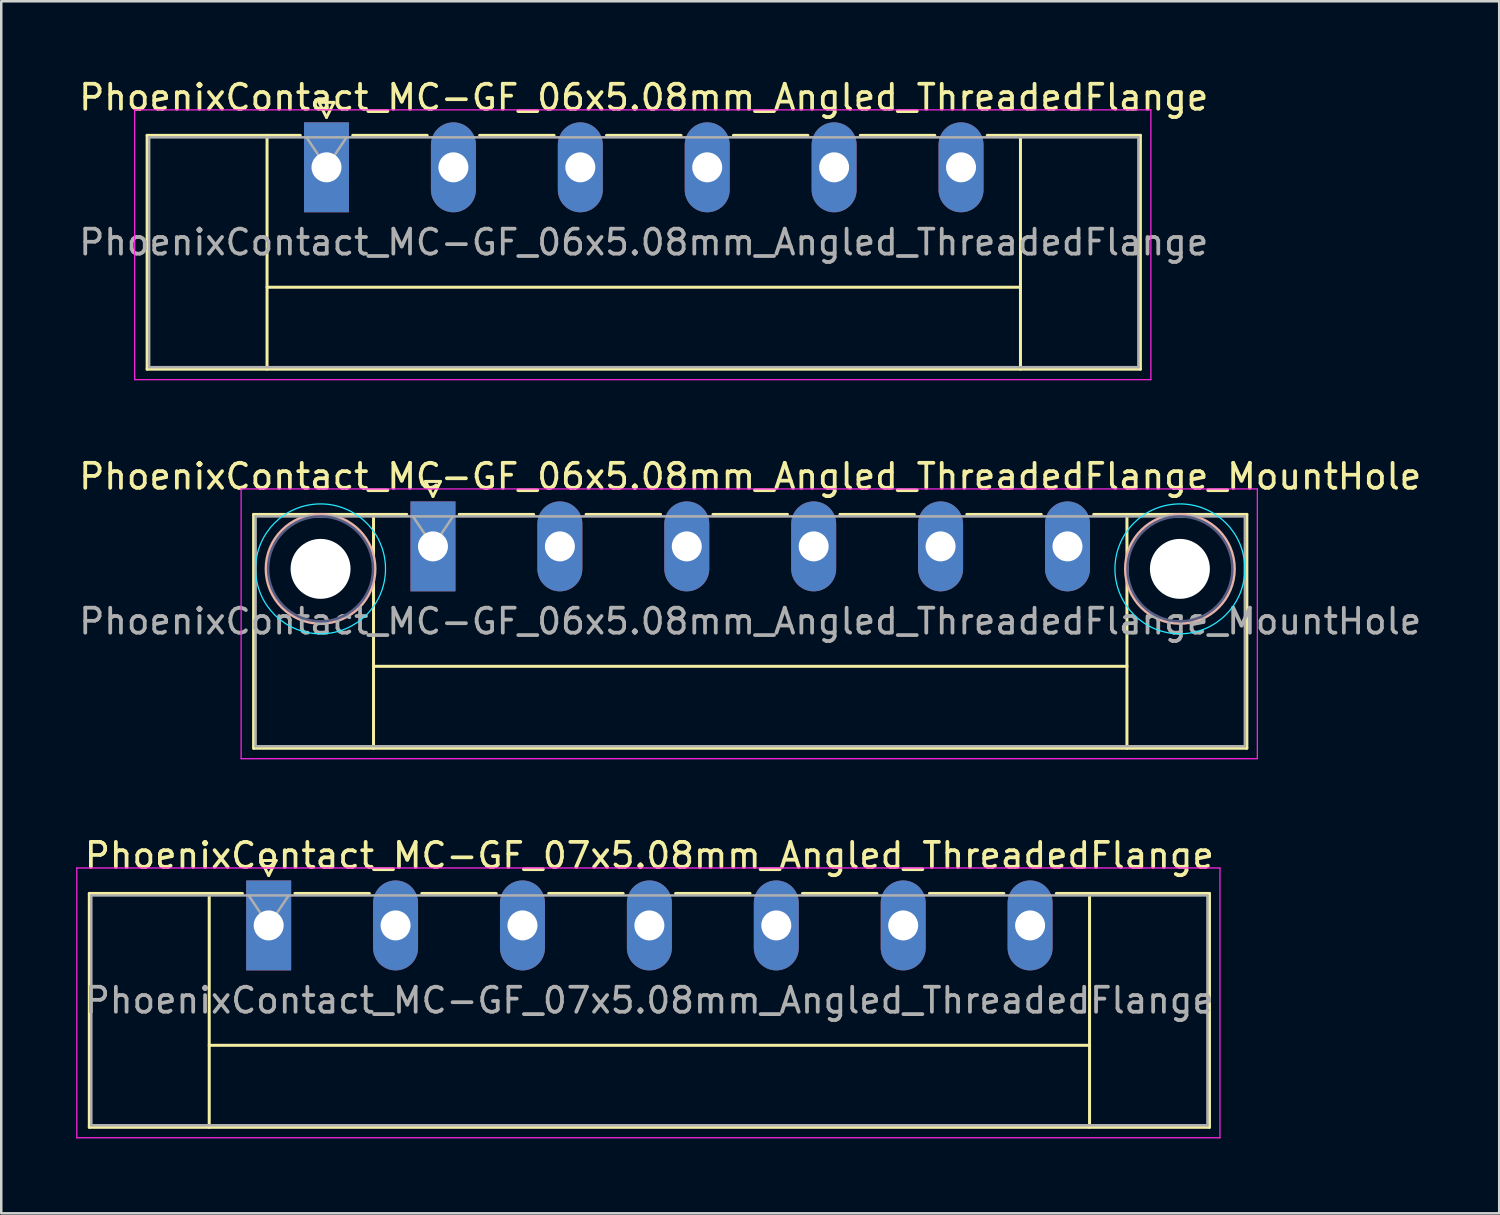
<source format=kicad_pcb>
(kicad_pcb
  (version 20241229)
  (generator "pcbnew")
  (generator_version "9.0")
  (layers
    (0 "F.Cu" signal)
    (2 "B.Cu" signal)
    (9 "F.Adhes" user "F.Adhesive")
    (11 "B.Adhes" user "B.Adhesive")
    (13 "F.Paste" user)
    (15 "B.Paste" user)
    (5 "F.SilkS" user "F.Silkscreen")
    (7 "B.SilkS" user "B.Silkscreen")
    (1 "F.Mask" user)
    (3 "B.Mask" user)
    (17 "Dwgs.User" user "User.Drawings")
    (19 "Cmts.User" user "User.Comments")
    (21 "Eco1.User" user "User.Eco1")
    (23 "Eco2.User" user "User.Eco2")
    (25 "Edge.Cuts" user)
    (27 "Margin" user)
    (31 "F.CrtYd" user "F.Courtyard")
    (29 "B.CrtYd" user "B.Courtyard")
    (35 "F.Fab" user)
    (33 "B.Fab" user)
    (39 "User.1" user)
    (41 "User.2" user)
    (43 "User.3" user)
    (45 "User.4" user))
  (footprint "PhoenixContact_MC-GF_06x5.08mm_Angled_ThreadedFlange"
    (layer "F.Cu")
    (at 10.02 3.648)
    (property "Reference" "PhoenixContact_MC-GF_06x5.08mm_Angled_ThreadedFlange" (at 12.7 -2.8 0) (layer "F.SilkS") (effects (font (size 1 1) (thickness 0.15))))
    (attr through_hole)
    (fp_line (start -7.18 -1.28) (end -7.18 8.08) (stroke (width 0.12) (type solid)) (layer "F.SilkS"))
    (fp_line (start -7.18 -1.28) (end -1.05 -1.28) (stroke (width 0.12) (type solid)) (layer "F.SilkS"))
    (fp_line (start -7.18 8.08) (end 32.58 8.08) (stroke (width 0.12) (type solid)) (layer "F.SilkS"))
    (fp_line (start -2.38 -1.28) (end -2.38 8.08) (stroke (width 0.12) (type solid)) (layer "F.SilkS"))
    (fp_line (start -2.38 4.8) (end 27.78 4.8) (stroke (width 0.12) (type solid)) (layer "F.SilkS"))
    (fp_line (start -0.3 -2.6) (end 0.3 -2.6) (stroke (width 0.12) (type solid)) (layer "F.SilkS"))
    (fp_line (start 0 -2) (end -0.3 -2.6) (stroke (width 0.12) (type solid)) (layer "F.SilkS"))
    (fp_line (start 0.3 -2.6) (end 0 -2) (stroke (width 0.12) (type solid)) (layer "F.SilkS"))
    (fp_line (start 1.05 -1.28) (end 4.03 -1.28) (stroke (width 0.12) (type solid)) (layer "F.SilkS"))
    (fp_line (start 6.13 -1.28) (end 9.11 -1.28) (stroke (width 0.12) (type solid)) (layer "F.SilkS"))
    (fp_line (start 11.21 -1.28) (end 14.19 -1.28) (stroke (width 0.12) (type solid)) (layer "F.SilkS"))
    (fp_line (start 16.29 -1.28) (end 19.27 -1.28) (stroke (width 0.12) (type solid)) (layer "F.SilkS"))
    (fp_line (start 21.37 -1.28) (end 24.35 -1.28) (stroke (width 0.12) (type solid)) (layer "F.SilkS"))
    (fp_line (start 27.78 -1.28) (end 27.78 8.08) (stroke (width 0.12) (type solid)) (layer "F.SilkS"))
    (fp_line (start 32.58 -1.28) (end 26.45 -1.28) (stroke (width 0.12) (type solid)) (layer "F.SilkS"))
    (fp_line (start 32.58 8.08) (end 32.58 -1.28) (stroke (width 0.12) (type solid)) (layer "F.SilkS"))
    (fp_line (start -7.68 -2.3) (end -7.68 8.5) (stroke (width 0.05) (type solid)) (layer "F.CrtYd"))
    (fp_line (start -7.68 8.5) (end 33 8.5) (stroke (width 0.05) (type solid)) (layer "F.CrtYd"))
    (fp_line (start 33 -2.3) (end -7.68 -2.3) (stroke (width 0.05) (type solid)) (layer "F.CrtYd"))
    (fp_line (start 33 8.5) (end 33 -2.3) (stroke (width 0.05) (type solid)) (layer "F.CrtYd"))
    (fp_line (start -7.1 -1.2) (end -7.1 8) (stroke (width 0.1) (type solid)) (layer "F.Fab"))
    (fp_line (start -7.1 8) (end 32.5 8) (stroke (width 0.1) (type solid)) (layer "F.Fab"))
    (fp_line (start 0 0) (end -0.8 -1.2) (stroke (width 0.1) (type solid)) (layer "F.Fab"))
    (fp_line (start 0.8 -1.2) (end 0 0) (stroke (width 0.1) (type solid)) (layer "F.Fab"))
    (fp_line (start 32.5 -1.2) (end -7.1 -1.2) (stroke (width 0.1) (type solid)) (layer "F.Fab"))
    (fp_line (start 32.5 8) (end 32.5 -1.2) (stroke (width 0.1) (type solid)) (layer "F.Fab"))
    (fp_text user "${REFERENCE}" (at 12.7 3 0) (layer "F.Fab") (effects (font (size 1 1) (thickness 0.15))))
    (pad "1" thru_hole rect (at 0 0) (size 1.8 3.6) (drill 1.2) (layers "*.Cu" "*.Mask"))
    (pad "2" thru_hole oval (at 5.08 0) (size 1.8 3.6) (drill 1.2) (layers "*.Cu" "*.Mask"))
    (pad "3" thru_hole oval (at 10.16 0) (size 1.8 3.6) (drill 1.2) (layers "*.Cu" "*.Mask"))
    (pad "4" thru_hole oval (at 15.24 0) (size 1.8 3.6) (drill 1.2) (layers "*.Cu" "*.Mask"))
    (pad "5" thru_hole oval (at 20.32 0) (size 1.8 3.6) (drill 1.2) (layers "*.Cu" "*.Mask"))
    (pad "6" thru_hole oval (at 25.4 0) (size 1.8 3.6) (drill 1.2) (layers "*.Cu" "*.Mask")))
  (footprint "PhoenixContact_MC-GF_07x5.08mm_Angled_ThreadedFlange"
    (layer "F.Cu")
    (at 7.705 33.995)
    (property "Reference" "PhoenixContact_MC-GF_07x5.08mm_Angled_ThreadedFlange" (at 15.24 -2.8 0) (layer "F.SilkS") (effects (font (size 1 1) (thickness 0.15))))
    (attr through_hole)
    (fp_line (start -7.18 -1.28) (end -7.18 8.08) (stroke (width 0.12) (type solid)) (layer "F.SilkS"))
    (fp_line (start -7.18 -1.28) (end -1.05 -1.28) (stroke (width 0.12) (type solid)) (layer "F.SilkS"))
    (fp_line (start -7.18 8.08) (end 37.66 8.08) (stroke (width 0.12) (type solid)) (layer "F.SilkS"))
    (fp_line (start -2.38 -1.28) (end -2.38 8.08) (stroke (width 0.12) (type solid)) (layer "F.SilkS"))
    (fp_line (start -2.38 4.8) (end 32.86 4.8) (stroke (width 0.12) (type solid)) (layer "F.SilkS"))
    (fp_line (start -0.3 -2.6) (end 0.3 -2.6) (stroke (width 0.12) (type solid)) (layer "F.SilkS"))
    (fp_line (start 0 -2) (end -0.3 -2.6) (stroke (width 0.12) (type solid)) (layer "F.SilkS"))
    (fp_line (start 0.3 -2.6) (end 0 -2) (stroke (width 0.12) (type solid)) (layer "F.SilkS"))
    (fp_line (start 1.05 -1.28) (end 4.03 -1.28) (stroke (width 0.12) (type solid)) (layer "F.SilkS"))
    (fp_line (start 6.13 -1.28) (end 9.11 -1.28) (stroke (width 0.12) (type solid)) (layer "F.SilkS"))
    (fp_line (start 11.21 -1.28) (end 14.19 -1.28) (stroke (width 0.12) (type solid)) (layer "F.SilkS"))
    (fp_line (start 16.29 -1.28) (end 19.27 -1.28) (stroke (width 0.12) (type solid)) (layer "F.SilkS"))
    (fp_line (start 21.37 -1.28) (end 24.35 -1.28) (stroke (width 0.12) (type solid)) (layer "F.SilkS"))
    (fp_line (start 26.45 -1.28) (end 29.43 -1.28) (stroke (width 0.12) (type solid)) (layer "F.SilkS"))
    (fp_line (start 32.86 -1.28) (end 32.86 8.08) (stroke (width 0.12) (type solid)) (layer "F.SilkS"))
    (fp_line (start 37.66 -1.28) (end 31.53 -1.28) (stroke (width 0.12) (type solid)) (layer "F.SilkS"))
    (fp_line (start 37.66 8.08) (end 37.66 -1.28) (stroke (width 0.12) (type solid)) (layer "F.SilkS"))
    (fp_line (start -7.68 -2.3) (end -7.68 8.5) (stroke (width 0.05) (type solid)) (layer "F.CrtYd"))
    (fp_line (start -7.68 8.5) (end 38.08 8.5) (stroke (width 0.05) (type solid)) (layer "F.CrtYd"))
    (fp_line (start 38.08 -2.3) (end -7.68 -2.3) (stroke (width 0.05) (type solid)) (layer "F.CrtYd"))
    (fp_line (start 38.08 8.5) (end 38.08 -2.3) (stroke (width 0.05) (type solid)) (layer "F.CrtYd"))
    (fp_line (start -7.1 -1.2) (end -7.1 8) (stroke (width 0.1) (type solid)) (layer "F.Fab"))
    (fp_line (start -7.1 8) (end 37.58 8) (stroke (width 0.1) (type solid)) (layer "F.Fab"))
    (fp_line (start 0 0) (end -0.8 -1.2) (stroke (width 0.1) (type solid)) (layer "F.Fab"))
    (fp_line (start 0.8 -1.2) (end 0 0) (stroke (width 0.1) (type solid)) (layer "F.Fab"))
    (fp_line (start 37.58 -1.2) (end -7.1 -1.2) (stroke (width 0.1) (type solid)) (layer "F.Fab"))
    (fp_line (start 37.58 8) (end 37.58 -1.2) (stroke (width 0.1) (type solid)) (layer "F.Fab"))
    (fp_text user "${REFERENCE}" (at 15.24 3 0) (layer "F.Fab") (effects (font (size 1 1) (thickness 0.15))))
    (pad "1" thru_hole rect (at 0 0) (size 1.8 3.6) (drill 1.2) (layers "*.Cu" "*.Mask"))
    (pad "2" thru_hole oval (at 5.08 0) (size 1.8 3.6) (drill 1.2) (layers "*.Cu" "*.Mask"))
    (pad "3" thru_hole oval (at 10.16 0) (size 1.8 3.6) (drill 1.2) (layers "*.Cu" "*.Mask"))
    (pad "4" thru_hole oval (at 15.24 0) (size 1.8 3.6) (drill 1.2) (layers "*.Cu" "*.Mask"))
    (pad "5" thru_hole oval (at 20.32 0) (size 1.8 3.6) (drill 1.2) (layers "*.Cu" "*.Mask"))
    (pad "6" thru_hole oval (at 25.4 0) (size 1.8 3.6) (drill 1.2) (layers "*.Cu" "*.Mask"))
    (pad "7" thru_hole oval (at 30.48 0) (size 1.8 3.6) (drill 1.2) (layers "*.Cu" "*.Mask")))
  (footprint "PhoenixContact_MC-GF_06x5.08mm_Angled_ThreadedFlange_MountHole"
    (layer "F.Cu")
    (at 14.282 18.822)
    (property "Reference" "PhoenixContact_MC-GF_06x5.08mm_Angled_ThreadedFlange_MountHole" (at 12.7 -2.8 0) (layer "F.SilkS") (effects (font (size 1 1) (thickness 0.15))))
    (attr through_hole)
    (fp_line (start -7.18 -1.28) (end -7.18 8.08) (stroke (width 0.12) (type solid)) (layer "F.SilkS"))
    (fp_line (start -7.18 -1.28) (end -1.05 -1.28) (stroke (width 0.12) (type solid)) (layer "F.SilkS"))
    (fp_line (start -7.18 8.08) (end 32.58 8.08) (stroke (width 0.12) (type solid)) (layer "F.SilkS"))
    (fp_line (start -2.38 -1.28) (end -2.38 8.08) (stroke (width 0.12) (type solid)) (layer "F.SilkS"))
    (fp_line (start -2.38 4.8) (end 27.78 4.8) (stroke (width 0.12) (type solid)) (layer "F.SilkS"))
    (fp_line (start -0.3 -2.6) (end 0.3 -2.6) (stroke (width 0.12) (type solid)) (layer "F.SilkS"))
    (fp_line (start 0 -2) (end -0.3 -2.6) (stroke (width 0.12) (type solid)) (layer "F.SilkS"))
    (fp_line (start 0.3 -2.6) (end 0 -2) (stroke (width 0.12) (type solid)) (layer "F.SilkS"))
    (fp_line (start 1.05 -1.28) (end 4.03 -1.28) (stroke (width 0.12) (type solid)) (layer "F.SilkS"))
    (fp_line (start 6.13 -1.28) (end 9.11 -1.28) (stroke (width 0.12) (type solid)) (layer "F.SilkS"))
    (fp_line (start 11.21 -1.28) (end 14.19 -1.28) (stroke (width 0.12) (type solid)) (layer "F.SilkS"))
    (fp_line (start 16.29 -1.28) (end 19.27 -1.28) (stroke (width 0.12) (type solid)) (layer "F.SilkS"))
    (fp_line (start 21.37 -1.28) (end 24.35 -1.28) (stroke (width 0.12) (type solid)) (layer "F.SilkS"))
    (fp_line (start 27.78 -1.28) (end 27.78 8.08) (stroke (width 0.12) (type solid)) (layer "F.SilkS"))
    (fp_line (start 32.58 -1.28) (end 26.45 -1.28) (stroke (width 0.12) (type solid)) (layer "F.SilkS"))
    (fp_line (start 32.58 8.08) (end 32.58 -1.28) (stroke (width 0.12) (type solid)) (layer "F.SilkS"))
    (fp_circle (center -4.5 0.9) (end -2.32 0.9) (stroke (width 0.12) (type solid)) (fill no) (layer "B.SilkS"))
    (fp_circle (center 29.9 0.9) (end 32.08 0.9) (stroke (width 0.12) (type solid)) (fill no) (layer "B.SilkS"))
    (fp_circle (center -4.5 0.9) (end -1.9 0.9) (stroke (width 0.05) (type solid)) (fill no) (layer "B.CrtYd"))
    (fp_circle (center 29.9 0.9) (end 32.5 0.9) (stroke (width 0.05) (type solid)) (fill no) (layer "B.CrtYd"))
    (fp_line (start -7.68 -2.3) (end -7.68 8.5) (stroke (width 0.05) (type solid)) (layer "F.CrtYd"))
    (fp_line (start -7.68 8.5) (end 33 8.5) (stroke (width 0.05) (type solid)) (layer "F.CrtYd"))
    (fp_line (start 33 -2.3) (end -7.68 -2.3) (stroke (width 0.05) (type solid)) (layer "F.CrtYd"))
    (fp_line (start 33 8.5) (end 33 -2.3) (stroke (width 0.05) (type solid)) (layer "F.CrtYd"))
    (fp_circle (center -4.5 0.9) (end -2.4 0.9) (stroke (width 0.1) (type solid)) (fill no) (layer "B.Fab"))
    (fp_circle (center 29.9 0.9) (end 32 0.9) (stroke (width 0.1) (type solid)) (fill no) (layer "B.Fab"))
    (fp_line (start -7.1 -1.2) (end -7.1 8) (stroke (width 0.1) (type solid)) (layer "F.Fab"))
    (fp_line (start -7.1 8) (end 32.5 8) (stroke (width 0.1) (type solid)) (layer "F.Fab"))
    (fp_line (start 0 0) (end -0.8 -1.2) (stroke (width 0.1) (type solid)) (layer "F.Fab"))
    (fp_line (start 0.8 -1.2) (end 0 0) (stroke (width 0.1) (type solid)) (layer "F.Fab"))
    (fp_line (start 32.5 -1.2) (end -7.1 -1.2) (stroke (width 0.1) (type solid)) (layer "F.Fab"))
    (fp_line (start 32.5 8) (end 32.5 -1.2) (stroke (width 0.1) (type solid)) (layer "F.Fab"))
    (fp_text user "${REFERENCE}" (at 12.7 3 0) (layer "F.Fab") (effects (font (size 1 1) (thickness 0.15))))
    (pad "" np_thru_hole circle (at -4.5 0.9) (size 2.4 2.4) (drill 2.4) (layers "*.Cu" "*.Mask"))
    (pad "" np_thru_hole circle (at 29.9 0.9) (size 2.4 2.4) (drill 2.4) (layers "*.Cu" "*.Mask"))
    (pad "1" thru_hole rect (at 0 0) (size 1.8 3.6) (drill 1.2) (layers "*.Cu" "*.Mask"))
    (pad "2" thru_hole oval (at 5.08 0) (size 1.8 3.6) (drill 1.2) (layers "*.Cu" "*.Mask"))
    (pad "3" thru_hole oval (at 10.16 0) (size 1.8 3.6) (drill 1.2) (layers "*.Cu" "*.Mask"))
    (pad "4" thru_hole oval (at 15.24 0) (size 1.8 3.6) (drill 1.2) (layers "*.Cu" "*.Mask"))
    (pad "5" thru_hole oval (at 20.32 0) (size 1.8 3.6) (drill 1.2) (layers "*.Cu" "*.Mask"))
    (pad "6" thru_hole oval (at 25.4 0) (size 1.8 3.6) (drill 1.2) (layers "*.Cu" "*.Mask")))
  (gr_rect
    (start -3 -3)
    (end 56.964 45.52)
    (stroke (width 0.1) (type default))
    (fill no)
    (layer "Edge.Cuts")))
</source>
